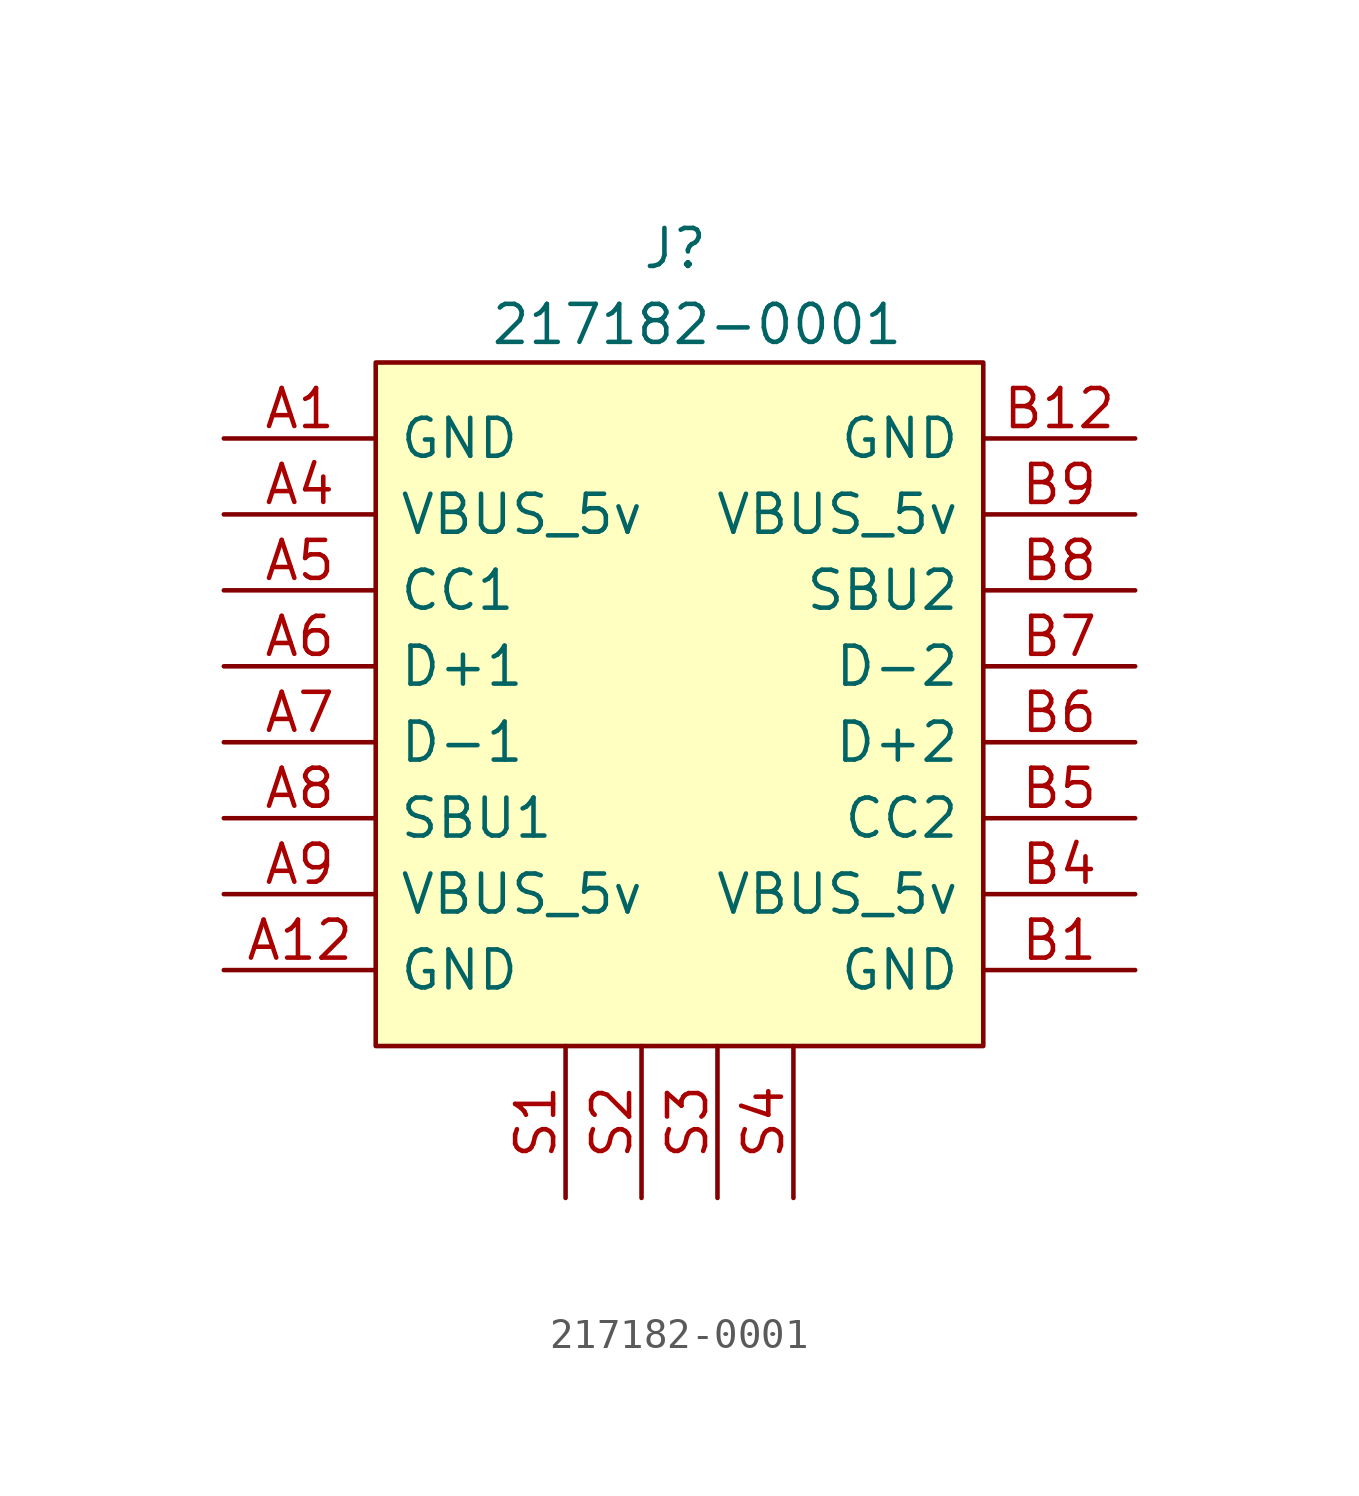
<source format=kicad_sym>
(kicad_symbol_lib
  (version 20211014)
  (generator kicad_symbol_editor)
  (symbol "217182-0001"
    (pin_names
      (offset 0.762))
    (property "Reference" "J"
      (at -1.27 15.24 0)
      (effects (font (size 1.27 1.27)) (justify left)))
    (property "Value" "217182-0001"
      (at -6.35 12.7 0)
      (effects (font (size 1.27 1.27)) (justify left)))
    (symbol "217182-0001_0_0"
      (pin power_in line (at -15.24 8.89 0) (length 5.08) (name "GND" (effects (font (size 1.27 1.27)))) (number "A1" (effects (font (size 1.27 1.27)))))
      (pin power_in line (at -15.24 -8.89 0) (length 5.08) (name "GND" (effects (font (size 1.27 1.27)))) (number "A12" (effects (font (size 1.27 1.27)))))
      (pin power_out line (at -15.24 6.35 0) (length 5.08) (name "VBUS_5v" (effects (font (size 1.27 1.27)))) (number "A4" (effects (font (size 1.27 1.27)))))
      (pin power_in line (at -15.24 3.81 0) (length 5.08) (name "CC1" (effects (font (size 1.27 1.27)))) (number "A5" (effects (font (size 1.27 1.27)))))
      (pin bidirectional line (at -15.24 1.27 0) (length 5.08) (name "D+1" (effects (font (size 1.27 1.27)))) (number "A6" (effects (font (size 1.27 1.27)))))
      (pin bidirectional line (at -15.24 -1.27 0) (length 5.08) (name "D-1" (effects (font (size 1.27 1.27)))) (number "A7" (effects (font (size 1.27 1.27)))))
      (pin bidirectional line (at -15.24 -3.81 0) (length 5.08) (name "SBU1" (effects (font (size 1.27 1.27)))) (number "A8" (effects (font (size 1.27 1.27)))))
      (pin power_out line (at -15.24 -6.35 0) (length 5.08) (name "VBUS_5v" (effects (font (size 1.27 1.27)))) (number "A9" (effects (font (size 1.27 1.27)))))
      (pin power_in line (at 15.24 -8.89 180) (length 5.08) (name "GND" (effects (font (size 1.27 1.27)))) (number "B1" (effects (font (size 1.27 1.27)))))
      (pin power_in line (at 15.24 8.89 180) (length 5.08) (name "GND" (effects (font (size 1.27 1.27)))) (number "B12" (effects (font (size 1.27 1.27)))))
      (pin power_out line (at 15.24 -6.35 180) (length 5.08) (name "VBUS_5v" (effects (font (size 1.27 1.27)))) (number "B4" (effects (font (size 1.27 1.27)))))
      (pin power_in line (at 15.24 -3.81 180) (length 5.08) (name "CC2" (effects (font (size 1.27 1.27)))) (number "B5" (effects (font (size 1.27 1.27)))))
      (pin bidirectional line (at 15.24 -1.27 180) (length 5.08) (name "D+2" (effects (font (size 1.27 1.27)))) (number "B6" (effects (font (size 1.27 1.27)))))
      (pin bidirectional line (at 15.24 1.27 180) (length 5.08) (name "D-2" (effects (font (size 1.27 1.27)))) (number "B7" (effects (font (size 1.27 1.27)))))
      (pin bidirectional line (at 15.24 3.81 180) (length 5.08) (name "SBU2" (effects (font (size 1.27 1.27)))) (number "B8" (effects (font (size 1.27 1.27)))))
      (pin power_out line (at 15.24 6.35 180) (length 5.08) (name "VBUS_5v" (effects (font (size 1.27 1.27)))) (number "B9" (effects (font (size 1.27 1.27)))))
      (pin passive line (at -3.81 -16.51 90) (length 5.08) (name "" (effects (font (size 1.27 1.27)))) (number "S1" (effects (font (size 1.27 1.27)))))
      (pin passive line (at -1.27 -16.51 90) (length 5.08) (name "" (effects (font (size 1.27 1.27)))) (number "S2" (effects (font (size 1.27 1.27)))))
      (pin passive line (at 1.27 -16.51 90) (length 5.08) (name "" (effects (font (size 1.27 1.27)))) (number "S3" (effects (font (size 1.27 1.27)))))
      (pin passive line (at 3.81 -16.51 90) (length 5.08) (name "" (effects (font (size 1.27 1.27)))) (number "S4" (effects (font (size 1.27 1.27))))))
    (symbol "217182-0001_0_1"
      (polyline (pts (xy -10.16 11.43) (xy 10.16 11.43) (xy 10.16 -11.43) (xy -10.16 -11.43) (xy -10.16 11.43)) (stroke (width 0.152) (type default) (color 0 0 0 0)) (fill (type background))))))
</source>
